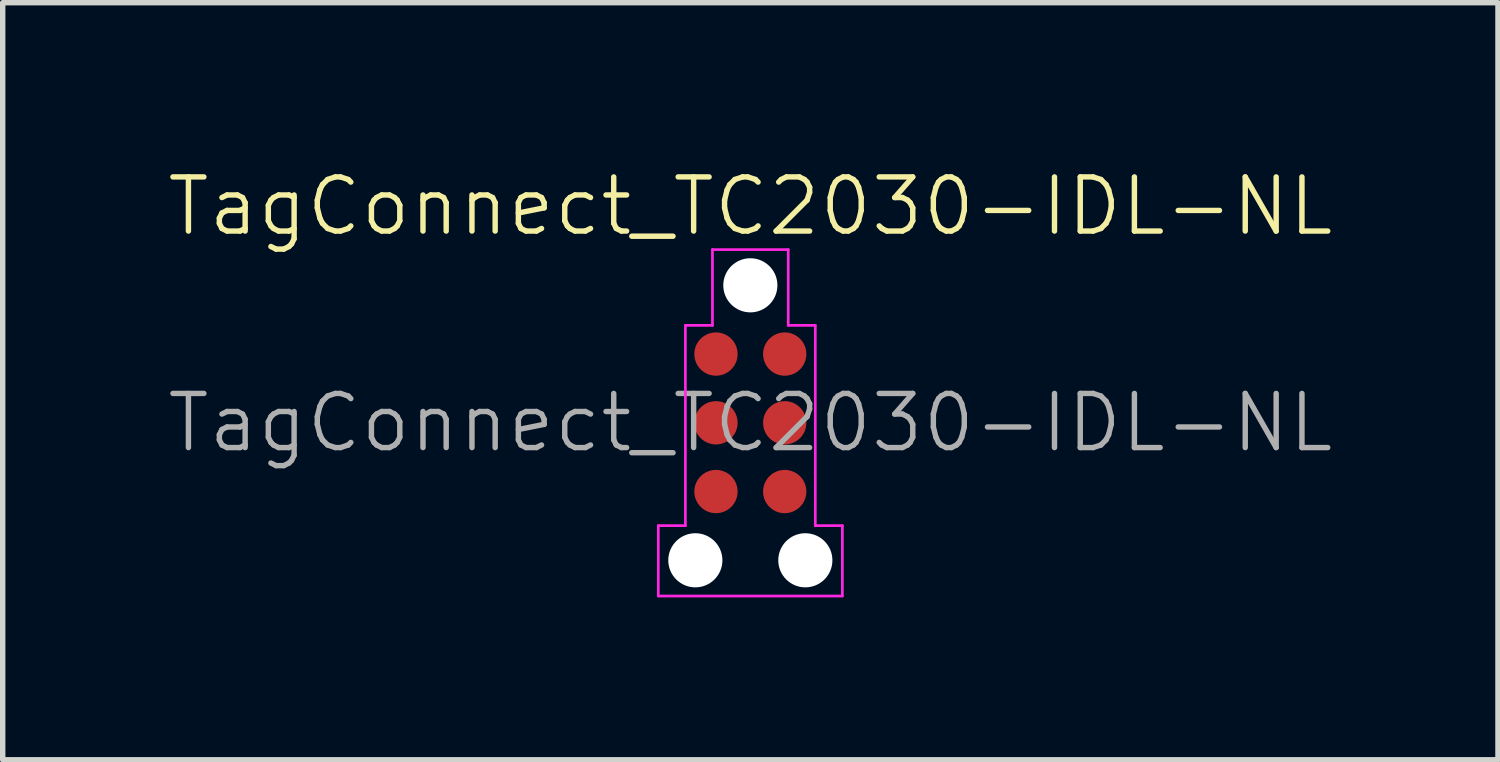
<source format=kicad_pcb>
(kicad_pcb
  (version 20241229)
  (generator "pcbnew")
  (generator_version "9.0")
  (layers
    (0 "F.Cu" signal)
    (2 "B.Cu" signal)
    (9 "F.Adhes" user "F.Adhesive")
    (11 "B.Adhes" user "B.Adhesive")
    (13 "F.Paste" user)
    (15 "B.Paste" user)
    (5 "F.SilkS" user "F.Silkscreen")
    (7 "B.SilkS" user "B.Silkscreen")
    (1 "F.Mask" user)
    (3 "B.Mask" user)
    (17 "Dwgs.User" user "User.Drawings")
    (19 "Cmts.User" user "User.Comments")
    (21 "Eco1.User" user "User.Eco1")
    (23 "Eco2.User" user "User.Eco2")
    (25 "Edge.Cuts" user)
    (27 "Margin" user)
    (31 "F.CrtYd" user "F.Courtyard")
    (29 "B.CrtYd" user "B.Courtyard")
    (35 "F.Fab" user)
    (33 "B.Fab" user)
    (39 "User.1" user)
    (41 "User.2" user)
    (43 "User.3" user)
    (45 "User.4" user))
  (footprint "TagConnect_TC2030-IDL-NL"
    (layer "F.Cu")
    (at 10.812 4.761)
    (property "Reference" "TagConnect_TC2030-IDL-NL" (at 0 -4 0) (unlocked yes) (layer "F.SilkS") (effects (font (size 1 1) (thickness 0.1))))
    (fp_line (start -1.7 1.9) (end -1.7 3.2) (stroke (width 0.05) (type default)) (layer "F.CrtYd"))
    (fp_line (start -1.7 3.2) (end 1.7 3.2) (stroke (width 0.05) (type default)) (layer "F.CrtYd"))
    (fp_line (start -1.2 -1.8) (end -1.2 1.9) (stroke (width 0.05) (type default)) (layer "F.CrtYd"))
    (fp_line (start -1.2 1.9) (end -1.7 1.9) (stroke (width 0.05) (type default)) (layer "F.CrtYd"))
    (fp_line (start -0.7 -3.2) (end -0.7 -1.8) (stroke (width 0.05) (type default)) (layer "F.CrtYd"))
    (fp_line (start -0.7 -1.8) (end -1.2 -1.8) (stroke (width 0.05) (type default)) (layer "F.CrtYd"))
    (fp_line (start 0.7 -3.2) (end -0.7 -3.2) (stroke (width 0.05) (type default)) (layer "F.CrtYd"))
    (fp_line (start 0.7 -1.8) (end 0.7 -3.2) (stroke (width 0.05) (type default)) (layer "F.CrtYd"))
    (fp_line (start 1.2 -1.8) (end 0.7 -1.8) (stroke (width 0.05) (type default)) (layer "F.CrtYd"))
    (fp_line (start 1.2 1.9) (end 1.2 -1.8) (stroke (width 0.05) (type default)) (layer "F.CrtYd"))
    (fp_line (start 1.7 1.9) (end 1.2 1.9) (stroke (width 0.05) (type default)) (layer "F.CrtYd"))
    (fp_line (start 1.7 3.2) (end 1.7 1.9) (stroke (width 0.05) (type default)) (layer "F.CrtYd"))
    (fp_text user "${REFERENCE}" (at 0 0 0) (unlocked yes) (layer "F.Fab") (effects (font (size 1 1) (thickness 0.1))))
    (pad "" np_thru_hole circle (at -1.016 2.54) (size 1 1) (drill 1) (layers "*.Cu" "*.Mask"))
    (pad "" np_thru_hole circle (at 0 -2.54) (size 1 1) (drill 1) (layers "*.Cu" "*.Mask"))
    (pad "" np_thru_hole circle (at 1.016 2.54) (size 1 1) (drill 1) (layers "*.Cu" "*.Mask"))
    (pad "1" connect circle (at -0.635 -1.27) (size 0.8 0.8) (layers "F.Cu" "F.Mask"))
    (pad "2" connect circle (at 0.635 -1.27) (size 0.8 0.8) (layers "F.Cu" "F.Mask"))
    (pad "3" connect circle (at -0.635 0) (size 0.8 0.8) (layers "F.Cu" "F.Mask"))
    (pad "4" connect circle (at 0.635 0) (size 0.8 0.8) (layers "F.Cu" "F.Mask"))
    (pad "5" connect circle (at -0.635 1.27) (size 0.8 0.8) (layers "F.Cu" "F.Mask"))
    (pad "6" connect circle (at 0.635 1.27) (size 0.8 0.8) (layers "F.Cu" "F.Mask"))
    (zone (net_name "") (layer "F.Cu") (hatch full 0.1) (connect_pads) (min_thickness 0.25) (filled_areas_thickness no) (keepout (tracks not_allowed) (vias not_allowed) (pads allowed) (copperpour not_allowed) (footprints not_allowed)) (placement (enabled no)) (fill) (polygon (pts (xy 10.177 3.49) (xy 11.447 3.49) (xy 11.447 6.03) (xy 10.177 6.03)))))
  (gr_rect
    (start -3 -3)
    (end 24.624 10.986)
    (stroke (width 0.1) (type default))
    (fill no)
    (layer "Edge.Cuts")))
</source>
